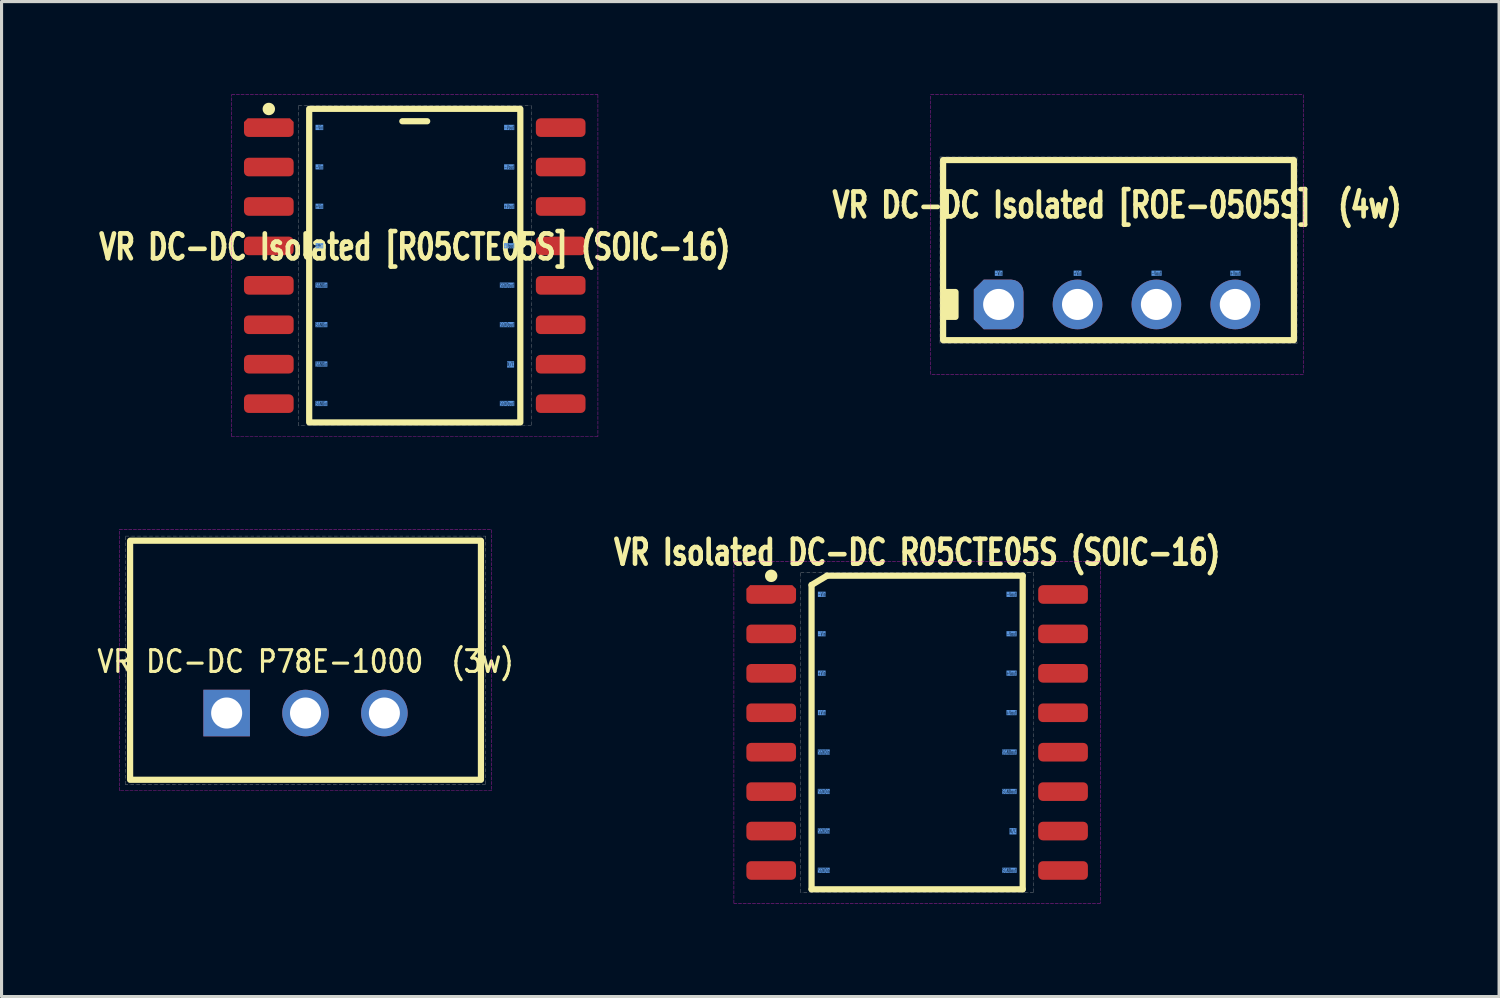
<source format=kicad_pcb>
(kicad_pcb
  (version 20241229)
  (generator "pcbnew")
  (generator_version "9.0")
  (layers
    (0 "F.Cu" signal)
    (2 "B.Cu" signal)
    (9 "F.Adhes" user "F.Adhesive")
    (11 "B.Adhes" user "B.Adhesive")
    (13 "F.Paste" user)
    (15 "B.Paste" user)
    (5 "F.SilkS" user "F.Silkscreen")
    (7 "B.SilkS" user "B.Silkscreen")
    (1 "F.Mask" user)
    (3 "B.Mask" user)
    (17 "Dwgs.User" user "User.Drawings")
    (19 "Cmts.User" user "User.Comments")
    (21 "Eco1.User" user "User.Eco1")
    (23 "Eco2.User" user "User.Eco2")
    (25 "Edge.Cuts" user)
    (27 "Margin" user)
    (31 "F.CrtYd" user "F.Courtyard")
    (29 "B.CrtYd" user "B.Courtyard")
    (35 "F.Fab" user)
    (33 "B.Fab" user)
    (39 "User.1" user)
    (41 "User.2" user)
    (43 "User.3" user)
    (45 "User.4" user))
  (footprint "VR DC-DC P78E-1000  (3w)"
    (layer "F.Cu")
    (at 6.79 19.915)
    (property "Reference" "VR DC-DC P78E-1000  (3w)" (at 0 -1.25 0) (unlocked yes) (layer "F.SilkS") (effects (font (size 0.7 0.6) (thickness 0.1)) (justify bottom)))
    (attr through_hole)
    (fp_rect (start -5.65 -5.55) (end 5.65 2.15) (stroke (width 0.2) (type default)) (fill no) (layer "F.SilkS"))
    (fp_rect (start -6 -5.9) (end 6 2.5) (stroke (width 0.01) (type dash)) (fill no) (layer "F.CrtYd"))
    (fp_rect (start -5.8 -5.7) (end 5.8 2.3) (stroke (width 0.01) (type dash_dot)) (fill no) (layer "F.Fab"))
    (fp_text user "+Vin" (at -2.54 -1 0) (unlocked yes) (layer "User.7") (effects (font (size 0.13 0.07) (thickness 0.014) (bold yes)) (justify top)))
    (fp_text user "GND" (at 0 -1 0) (unlocked yes) (layer "User.7") (effects (font (size 0.13 0.07) (thickness 0.014) (bold yes)) (justify top)))
    (fp_text user "+Vout" (at 2.54 -1 0) (unlocked yes) (layer "User.7") (effects (font (size 0.13 0.07) (thickness 0.014) (bold yes)) (justify top)))
    (pad "1" thru_hole rect (at -2.54 0) (size 1.5 1.5) (drill 1) (layers "*.Cu" "F.Mask"))
    (pad "2" thru_hole circle (at 0 0) (size 1.5 1.5) (drill 1) (layers "*.Cu" "F.Mask"))
    (pad "3" thru_hole circle (at 2.54 0) (size 1.5 1.5) (drill 1) (layers "*.Cu" "F.Mask")))
  (footprint "VR DC-DC Isolated [R05CTE05S] (SOIC-16)"
    (layer "F.Cu")
    (at 10.308 5.505)
    (property "Reference" "VR DC-DC Isolated [R05CTE05S] (SOIC-16)" (at 0 -0.6 0) (layer "F.SilkS") (effects (font (size 0.8 0.6) (thickness 0.15))))
    (attr smd)
    (fp_line (start -0.4 -4.65) (end 0.4 -4.65) (stroke (width 0.2) (type default)) (layer "F.SilkS"))
    (fp_rect (start -3.4 -5.05) (end 3.4 5.05) (stroke (width 0.2) (type default)) (fill no) (layer "F.SilkS"))
    (fp_circle (center -4.7 -5.045) (end -4.55 -5.045) (stroke (width 0.1) (type solid)) (fill yes) (layer "F.SilkS"))
    (fp_rect (start -5.9 -5.5) (end 5.9 5.5) (stroke (width 0.01) (type dash)) (fill no) (layer "F.CrtYd"))
    (fp_rect (start -3.75 -5.15) (end 3.75 5.15) (stroke (width 0.01) (type dash_dot)) (fill no) (layer "F.Fab"))
    (fp_text user "SGNDout" (at 3.2 4.445 0) (layer "Cmts.User" knockout) (effects (font (size 0.13 0.07) (thickness 0.01)) (justify right)))
    (fp_text user "-Vin" (at -3.2 -3.175 0) (layer "Cmts.User" knockout) (effects (font (size 0.13 0.07) (thickness 0.01)) (justify left)))
    (fp_text user "SGNDin" (at -3.2 4.445 0) (layer "Cmts.User" knockout) (effects (font (size 0.13 0.07) (thickness 0.01)) (justify left)))
    (fp_text user "-Vin" (at -3.2 -4.445 0) (layer "Cmts.User" knockout) (effects (font (size 0.13 0.07) (thickness 0.01) (bold yes)) (justify left)))
    (fp_text user "SGNDin" (at -3.2 0.635 0) (layer "Cmts.User" knockout) (effects (font (size 0.13 0.07) (thickness 0.01)) (justify left)))
    (fp_text user "-Vout" (at 3.2 -4.445 0) (layer "Cmts.User" knockout) (effects (font (size 0.13 0.07) (thickness 0.01) (bold yes)) (justify right)))
    (fp_text user "+Vin" (at -3.2 -0.635 0) (layer "Cmts.User" knockout) (effects (font (size 0.13 0.07) (thickness 0.01) (bold yes)) (justify left)))
    (fp_text user "SGNDin" (at -3.2 3.175 0) (layer "Cmts.User" knockout) (effects (font (size 0.13 0.07) (thickness 0.01)) (justify left)))
    (fp_text user "SGNDin" (at -3.2 1.905 0) (layer "Cmts.User" knockout) (effects (font (size 0.13 0.07) (thickness 0.01)) (justify left)))
    (fp_text user "+Vout" (at 3.2 -1.905 0) (layer "Cmts.User" knockout) (effects (font (size 0.13 0.07) (thickness 0.01)) (justify right)))
    (fp_text user "N/C" (at 3.2 3.175 0) (layer "Cmts.User" knockout) (effects (font (size 0.13 0.07) (thickness 0.01)) (justify right)))
    (fp_text user "SGNDout" (at 3.2 0.635 0) (layer "Cmts.User" knockout) (effects (font (size 0.13 0.07) (thickness 0.01) (bold yes)) (justify right)))
    (fp_text user "-Vout" (at 3.2 -3.175 0) (layer "Cmts.User" knockout) (effects (font (size 0.13 0.07) (thickness 0.01)) (justify right)))
    (fp_text user "+Vin" (at -3.2 -1.905 0) (layer "Cmts.User" knockout) (effects (font (size 0.13 0.07) (thickness 0.01)) (justify left)))
    (fp_text user "SGNDout" (at 3.2 1.905 0) (layer "Cmts.User" knockout) (effects (font (size 0.13 0.07) (thickness 0.01) (bold yes)) (justify right)))
    (fp_text user "+Vout" (at 3.2 -0.635 0) (layer "Cmts.User" knockout) (effects (font (size 0.13 0.07) (thickness 0.01) (bold yes)) (justify right)))
    (pad "1" smd roundrect (at -4.7 -4.445) (size 1.6 0.6) (layers "F.Cu" "F.Mask" "F.Paste") (roundrect_rratio 0.25) (chamfer_ratio 0.2) (chamfer top_left top_right))
    (pad "2" smd roundrect (at -4.7 -3.175) (size 1.6 0.6) (layers "F.Cu" "F.Mask" "F.Paste") (roundrect_rratio 0.25))
    (pad "3" smd roundrect (at -4.7 -1.905) (size 1.6 0.6) (layers "F.Cu" "F.Mask" "F.Paste") (roundrect_rratio 0.25))
    (pad "4" smd roundrect (at -4.7 -0.635) (size 1.6 0.6) (layers "F.Cu" "F.Mask" "F.Paste") (roundrect_rratio 0.25))
    (pad "5" smd roundrect (at -4.7 0.635) (size 1.6 0.6) (layers "F.Cu" "F.Mask" "F.Paste") (roundrect_rratio 0.25))
    (pad "6" smd roundrect (at -4.7 1.905) (size 1.6 0.6) (layers "F.Cu" "F.Mask" "F.Paste") (roundrect_rratio 0.25))
    (pad "7" smd roundrect (at -4.7 3.175) (size 1.6 0.6) (layers "F.Cu" "F.Mask" "F.Paste") (roundrect_rratio 0.25))
    (pad "8" smd roundrect (at -4.7 4.445) (size 1.6 0.6) (layers "F.Cu" "F.Mask" "F.Paste") (roundrect_rratio 0.25))
    (pad "9" smd roundrect (at 4.7 4.445) (size 1.6 0.6) (layers "F.Cu" "F.Mask" "F.Paste") (roundrect_rratio 0.25))
    (pad "10" smd roundrect (at 4.7 3.175) (size 1.6 0.6) (layers "F.Cu" "F.Mask" "F.Paste") (roundrect_rratio 0.25))
    (pad "11" smd roundrect (at 4.7 1.905) (size 1.6 0.6) (layers "F.Cu" "F.Mask" "F.Paste") (roundrect_rratio 0.25))
    (pad "12" smd roundrect (at 4.7 0.635) (size 1.6 0.6) (layers "F.Cu" "F.Mask" "F.Paste") (roundrect_rratio 0.25))
    (pad "13" smd roundrect (at 4.7 -0.635) (size 1.6 0.6) (layers "F.Cu" "F.Mask" "F.Paste") (roundrect_rratio 0.25))
    (pad "14" smd roundrect (at 4.7 -1.905) (size 1.6 0.6) (layers "F.Cu" "F.Mask" "F.Paste") (roundrect_rratio 0.25))
    (pad "15" smd roundrect (at 4.7 -3.175) (size 1.6 0.6) (layers "F.Cu" "F.Mask" "F.Paste") (roundrect_rratio 0.25))
    (pad "16" smd roundrect (at 4.7 -4.445) (size 1.6 0.6) (layers "F.Cu" "F.Mask" "F.Paste") (roundrect_rratio 0.25)))
  (footprint "VR DC-DC Isolated [ROE-0505S]  (4w)"
    (layer "F.Cu")
    (at 32.924 6.755)
    (property "Reference" "VR DC-DC Isolated [ROE-0505S]  (4w)" (at 0 -3.2 0) (layer "F.SilkS") (effects (font (size 0.8 0.6) (thickness 0.15))))
    (attr through_hole)
    (fp_rect (start -5.6 -4.65) (end 5.7 1.15) (stroke (width 0.2) (type default)) (fill no) (layer "F.SilkS"))
    (fp_rect (start -5.6 -0.4) (end -5.2 0.4) (stroke (width 0.2) (type solid)) (fill yes) (layer "F.SilkS"))
    (fp_rect (start -6 -6.75) (end 6 2.25) (stroke (width 0.01) (type dash)) (fill no) (layer "F.CrtYd"))
    (fp_rect (start -5.7 -4.75) (end 5.8 1.25) (stroke (width 0.01) (type dash_dot)) (fill no) (layer "F.Fab"))
    (fp_text user "+Vout" (at 3.81 -1 0) (layer "Cmts.User" knockout) (effects (font (size 0.13 0.07) (thickness 0.01) (bold yes))))
    (fp_text user "-Vin" (at -3.81 -1 0) (layer "Cmts.User" knockout) (effects (font (size 0.13 0.07) (thickness 0.01) (bold yes))))
    (fp_text user "-Vout" (at 1.27 -1 0) (layer "Cmts.User" knockout) (effects (font (size 0.13 0.07) (thickness 0.01) (bold yes))))
    (fp_text user "+Vin" (at -1.27 -1 0) (layer "Cmts.User" knockout) (effects (font (size 0.13 0.07) (thickness 0.01) (bold yes))))
    (pad "1" thru_hole roundrect (at -3.81 0) (size 1.6 1.6) (drill 1) (layers "*.Cu" "*.Mask") (roundrect_rratio 0.25) (chamfer_ratio 0.2) (chamfer top_left bottom_left))
    (pad "2" thru_hole circle (at -1.27 0) (size 1.6 1.6) (drill 1) (layers "*.Cu" "*.Mask"))
    (pad "3" thru_hole circle (at 1.27 0) (size 1.6 1.6) (drill 1) (layers "*.Cu" "*.Mask"))
    (pad "4" thru_hole circle (at 3.81 0) (size 1.6 1.6) (drill 1) (layers "*.Cu" "*.Mask")))
  (footprint "VR Isolated DC-DC R05CTE05S (SOIC-16)"
    (layer "F.Cu")
    (at 26.488 20.541)
    (property "Reference" "VR Isolated DC-DC R05CTE05S (SOIC-16)" (at 0 -5.8 0) (layer "F.SilkS") (effects (font (size 0.8 0.6) (thickness 0.15))))
    (attr smd)
    (fp_line (start -3.4 -4.75) (end -2.9 -5.05) (stroke (width 0.2) (type default)) (layer "F.SilkS"))
    (fp_line (start -3.4 5.05) (end -3.4 -4.75) (stroke (width 0.2) (type default)) (layer "F.SilkS"))
    (fp_line (start -2.9 -5.05) (end 3.4 -5.05) (stroke (width 0.2) (type default)) (layer "F.SilkS"))
    (fp_line (start 3.4 -5.05) (end 3.4 5.05) (stroke (width 0.2) (type default)) (layer "F.SilkS"))
    (fp_line (start 3.4 5.05) (end -3.4 5.05) (stroke (width 0.2) (type default)) (layer "F.SilkS"))
    (fp_circle (center -4.7 -5.045) (end -4.55 -5.045) (stroke (width 0.1) (type solid)) (fill yes) (layer "F.SilkS"))
    (fp_rect (start -5.9 -5.5) (end 5.9 5.5) (stroke (width 0.01) (type dash)) (fill no) (layer "F.CrtYd"))
    (fp_rect (start -3.75 -5.15) (end 3.75 5.15) (stroke (width 0.01) (type dash_dot)) (fill no) (layer "F.Fab"))
    (fp_text user "+Vin" (at -3.2 -0.635 0) (layer "Cmts.User" knockout) (effects (font (size 0.13 0.07) (thickness 0.01) (bold yes)) (justify left)))
    (fp_text user "+Vout" (at 3.2 -1.905 0) (layer "Cmts.User" knockout) (effects (font (size 0.13 0.07) (thickness 0.01)) (justify right)))
    (fp_text user "-Vout" (at 3.2 -4.445 0) (layer "Cmts.User" knockout) (effects (font (size 0.13 0.07) (thickness 0.01) (bold yes)) (justify right)))
    (fp_text user "+Vout" (at 3.2 -0.635 0) (layer "Cmts.User" knockout) (effects (font (size 0.13 0.07) (thickness 0.01) (bold yes)) (justify right)))
    (fp_text user "SGNDin" (at -3.2 1.905 0) (layer "Cmts.User" knockout) (effects (font (size 0.13 0.07) (thickness 0.01)) (justify left)))
    (fp_text user "SGNDout" (at 3.2 0.635 0) (layer "Cmts.User" knockout) (effects (font (size 0.13 0.07) (thickness 0.01) (bold yes)) (justify right)))
    (fp_text user "-Vin" (at -3.2 -3.175 0) (layer "Cmts.User" knockout) (effects (font (size 0.13 0.07) (thickness 0.01)) (justify left)))
    (fp_text user "N/C" (at 3.2 3.175 0) (layer "Cmts.User" knockout) (effects (font (size 0.13 0.07) (thickness 0.01)) (justify right)))
    (fp_text user "-Vout" (at 3.2 -3.175 0) (layer "Cmts.User" knockout) (effects (font (size 0.13 0.07) (thickness 0.01)) (justify right)))
    (fp_text user "-Vin" (at -3.2 -4.445 0) (layer "Cmts.User" knockout) (effects (font (size 0.13 0.07) (thickness 0.01) (bold yes)) (justify left)))
    (fp_text user "+Vin" (at -3.2 -1.905 0) (layer "Cmts.User" knockout) (effects (font (size 0.13 0.07) (thickness 0.01)) (justify left)))
    (fp_text user "SGNDin" (at -3.2 4.445 0) (layer "Cmts.User" knockout) (effects (font (size 0.13 0.07) (thickness 0.01)) (justify left)))
    (fp_text user "SGNDout" (at 3.2 1.905 0) (layer "Cmts.User" knockout) (effects (font (size 0.13 0.07) (thickness 0.01) (bold yes)) (justify right)))
    (fp_text user "SGNDout" (at 3.2 4.445 0) (layer "Cmts.User" knockout) (effects (font (size 0.13 0.07) (thickness 0.01)) (justify right)))
    (fp_text user "SGNDin" (at -3.2 0.635 0) (layer "Cmts.User" knockout) (effects (font (size 0.13 0.07) (thickness 0.01)) (justify left)))
    (fp_text user "SGNDin" (at -3.2 3.175 0) (layer "Cmts.User" knockout) (effects (font (size 0.13 0.07) (thickness 0.01)) (justify left)))
    (pad "1" smd roundrect (at -4.7 -4.445) (size 1.6 0.6) (layers "F.Cu" "F.Mask" "F.Paste") (roundrect_rratio 0.25) (chamfer_ratio 0.2) (chamfer top_left top_right))
    (pad "2" smd roundrect (at -4.7 -3.175) (size 1.6 0.6) (layers "F.Cu" "F.Mask" "F.Paste") (roundrect_rratio 0.25))
    (pad "3" smd roundrect (at -4.7 -1.905) (size 1.6 0.6) (layers "F.Cu" "F.Mask" "F.Paste") (roundrect_rratio 0.25))
    (pad "4" smd roundrect (at -4.7 -0.635) (size 1.6 0.6) (layers "F.Cu" "F.Mask" "F.Paste") (roundrect_rratio 0.25))
    (pad "5" smd roundrect (at -4.7 0.635) (size 1.6 0.6) (layers "F.Cu" "F.Mask" "F.Paste") (roundrect_rratio 0.25))
    (pad "6" smd roundrect (at -4.7 1.905) (size 1.6 0.6) (layers "F.Cu" "F.Mask" "F.Paste") (roundrect_rratio 0.25))
    (pad "7" smd roundrect (at -4.7 3.175) (size 1.6 0.6) (layers "F.Cu" "F.Mask" "F.Paste") (roundrect_rratio 0.25))
    (pad "8" smd roundrect (at -4.7 4.445) (size 1.6 0.6) (layers "F.Cu" "F.Mask" "F.Paste") (roundrect_rratio 0.25))
    (pad "9" smd roundrect (at 4.7 4.445) (size 1.6 0.6) (layers "F.Cu" "F.Mask" "F.Paste") (roundrect_rratio 0.25))
    (pad "10" smd roundrect (at 4.7 3.175) (size 1.6 0.6) (layers "F.Cu" "F.Mask" "F.Paste") (roundrect_rratio 0.25))
    (pad "11" smd roundrect (at 4.7 1.905) (size 1.6 0.6) (layers "F.Cu" "F.Mask" "F.Paste") (roundrect_rratio 0.25))
    (pad "12" smd roundrect (at 4.7 0.635) (size 1.6 0.6) (layers "F.Cu" "F.Mask" "F.Paste") (roundrect_rratio 0.25))
    (pad "13" smd roundrect (at 4.7 -0.635) (size 1.6 0.6) (layers "F.Cu" "F.Mask" "F.Paste") (roundrect_rratio 0.25))
    (pad "14" smd roundrect (at 4.7 -1.905) (size 1.6 0.6) (layers "F.Cu" "F.Mask" "F.Paste") (roundrect_rratio 0.25))
    (pad "15" smd roundrect (at 4.7 -3.175) (size 1.6 0.6) (layers "F.Cu" "F.Mask" "F.Paste") (roundrect_rratio 0.25))
    (pad "16" smd roundrect (at 4.7 -4.445) (size 1.6 0.6) (layers "F.Cu" "F.Mask" "F.Paste") (roundrect_rratio 0.25)))
  (gr_rect
    (start -3 -3)
    (end 45.231 29.046)
    (stroke (width 0.1) (type default))
    (fill no)
    (layer "Edge.Cuts")))
</source>
